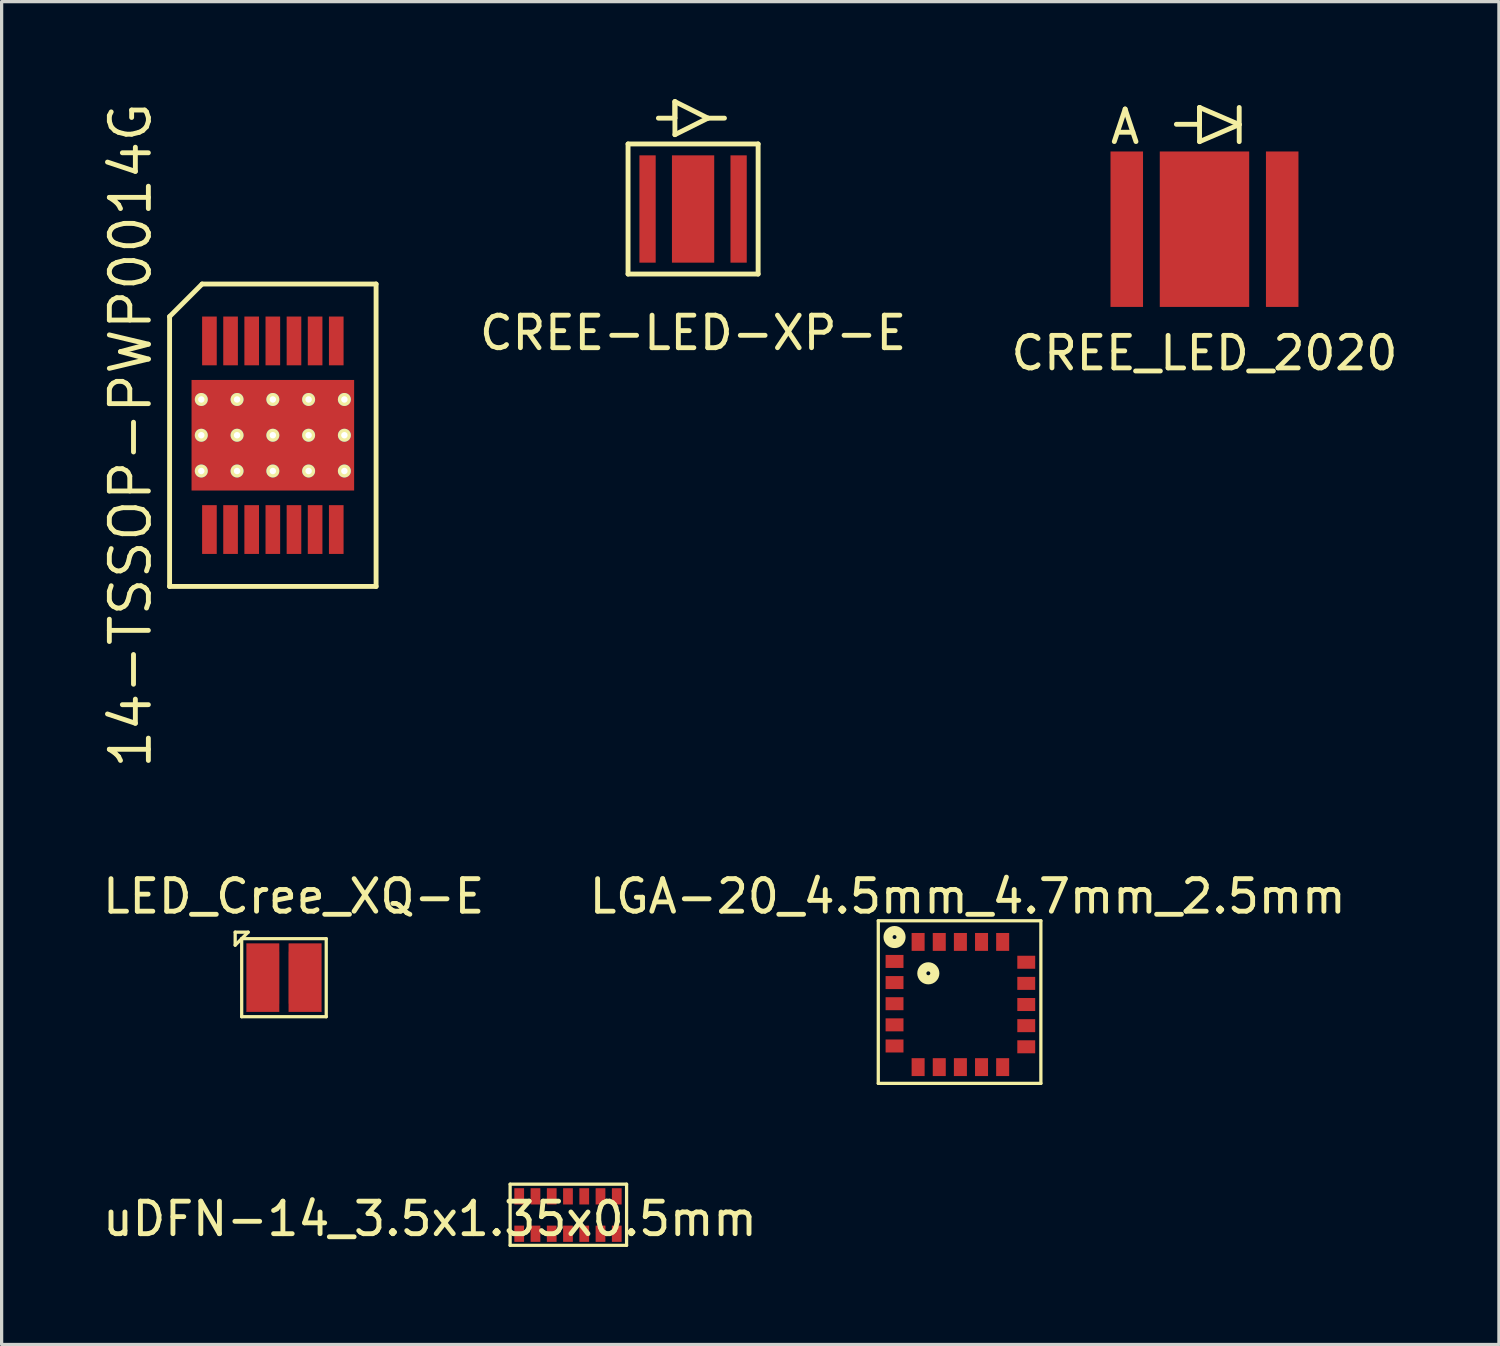
<source format=kicad_pcb>
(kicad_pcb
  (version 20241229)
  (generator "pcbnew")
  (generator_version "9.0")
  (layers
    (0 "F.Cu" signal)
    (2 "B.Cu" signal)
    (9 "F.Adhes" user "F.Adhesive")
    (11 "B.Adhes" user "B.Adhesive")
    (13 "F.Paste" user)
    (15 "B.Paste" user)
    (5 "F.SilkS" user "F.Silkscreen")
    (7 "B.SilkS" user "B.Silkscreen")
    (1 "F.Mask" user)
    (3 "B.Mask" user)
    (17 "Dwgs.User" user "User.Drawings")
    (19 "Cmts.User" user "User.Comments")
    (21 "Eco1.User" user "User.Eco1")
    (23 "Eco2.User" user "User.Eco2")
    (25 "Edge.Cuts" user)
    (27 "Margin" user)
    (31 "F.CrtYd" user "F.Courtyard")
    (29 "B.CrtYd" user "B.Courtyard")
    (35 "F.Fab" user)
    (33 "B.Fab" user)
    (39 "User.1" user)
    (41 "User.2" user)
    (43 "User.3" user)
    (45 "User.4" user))
  (footprint "14-TSSOP-PWP0014G"
    (layer "F.Cu")
    (at 5.34 10.334)
    (property "Reference" "14-TSSOP-PWP0014G" (at -4.375 0 90) (layer "F.SilkS") (effects (font (size 1.2 1.2) (thickness 0.15))))
    (attr through_hole)
    (fp_line (start -3.175 -3.65) (end -3.175 4.65) (stroke (width 0.15) (type solid)) (layer "F.SilkS"))
    (fp_line (start -3.175 4.65) (end 3.175 4.65) (stroke (width 0.15) (type solid)) (layer "F.SilkS"))
    (fp_line (start -2.175 -4.65) (end -3.175 -3.65) (stroke (width 0.15) (type solid)) (layer "F.SilkS"))
    (fp_line (start 3.175 -4.65) (end -2.175 -4.65) (stroke (width 0.15) (type solid)) (layer "F.SilkS"))
    (fp_line (start 3.175 4.65) (end 3.175 -4.65) (stroke (width 0.15) (type solid)) (layer "F.SilkS"))
    (pad "1" smd rect (at -1.95 2.9) (size 0.45 1.5) (layers "F.Cu" "F.Mask" "F.Paste"))
    (pad "2" smd rect (at -1.3 2.9) (size 0.45 1.5) (layers "F.Cu" "F.Mask" "F.Paste"))
    (pad "3" smd rect (at -0.65 2.9) (size 0.45 1.5) (layers "F.Cu" "F.Mask" "F.Paste"))
    (pad "4" smd rect (at 0 2.9) (size 0.45 1.5) (layers "F.Cu" "F.Mask" "F.Paste"))
    (pad "5" smd rect (at 0.65 2.9) (size 0.45 1.5) (layers "F.Cu" "F.Mask" "F.Paste"))
    (pad "6" smd rect (at 1.3 2.9) (size 0.45 1.5) (layers "F.Cu" "F.Mask" "F.Paste"))
    (pad "7" smd rect (at 1.95 2.9) (size 0.45 1.5) (layers "F.Cu" "F.Mask" "F.Paste"))
    (pad "8" smd rect (at 1.95 -2.9) (size 0.45 1.5) (layers "F.Cu" "F.Mask" "F.Paste"))
    (pad "9" smd rect (at 1.3 -2.9) (size 0.45 1.5) (layers "F.Cu" "F.Mask" "F.Paste"))
    (pad "10" smd rect (at 0.65 -2.9) (size 0.45 1.5) (layers "F.Cu" "F.Mask" "F.Paste"))
    (pad "11" smd rect (at 0 -2.9) (size 0.45 1.5) (layers "F.Cu" "F.Mask" "F.Paste"))
    (pad "12" smd rect (at -0.65 -2.9) (size 0.45 1.5) (layers "F.Cu" "F.Mask" "F.Paste"))
    (pad "13" smd rect (at -1.3 -2.9) (size 0.45 1.5) (layers "F.Cu" "F.Mask" "F.Paste"))
    (pad "14" smd rect (at -1.95 -2.9) (size 0.45 1.5) (layers "F.Cu" "F.Mask" "F.Paste"))
    (pad "15" thru_hole circle (at -2.2 -1.1) (size 0.4 0.4) (drill 0.2) (layers "*.Cu" "*.Mask" "F.SilkS"))
    (pad "15" thru_hole circle (at -2.2 0) (size 0.4 0.4) (drill 0.2) (layers "*.Cu" "*.Mask" "F.SilkS"))
    (pad "15" thru_hole circle (at -2.2 1.1) (size 0.4 0.4) (drill 0.2) (layers "*.Cu" "*.Mask" "F.SilkS"))
    (pad "15" thru_hole circle (at -1.1 -1.1) (size 0.4 0.4) (drill 0.2) (layers "*.Cu" "*.Mask" "F.SilkS"))
    (pad "15" thru_hole circle (at -1.1 0) (size 0.4 0.4) (drill 0.2) (layers "*.Cu" "*.Mask" "F.SilkS"))
    (pad "15" thru_hole circle (at -1.1 1.1) (size 0.4 0.4) (drill 0.2) (layers "*.Cu" "*.Mask" "F.SilkS"))
    (pad "15" thru_hole circle (at 0 -1.1) (size 0.4 0.4) (drill 0.2) (layers "*.Cu" "*.Mask" "F.SilkS"))
    (pad "15" thru_hole circle (at 0 0) (size 0.4 0.4) (drill 0.2) (layers "*.Cu" "*.Mask" "F.SilkS"))
    (pad "15" smd rect (at 0 0) (size 5 3.4) (layers "F.Cu" "F.Mask" "F.Paste"))
    (pad "15" thru_hole circle (at 0 1.1) (size 0.4 0.4) (drill 0.2) (layers "*.Cu" "*.Mask" "F.SilkS"))
    (pad "15" thru_hole circle (at 1.1 -1.1) (size 0.4 0.4) (drill 0.2) (layers "*.Cu" "*.Mask" "F.SilkS"))
    (pad "15" thru_hole circle (at 1.1 0) (size 0.4 0.4) (drill 0.2) (layers "*.Cu" "*.Mask" "F.SilkS"))
    (pad "15" thru_hole circle (at 1.1 1.1) (size 0.4 0.4) (drill 0.2) (layers "*.Cu" "*.Mask" "F.SilkS"))
    (pad "15" thru_hole circle (at 2.2 -1.1) (size 0.4 0.4) (drill 0.2) (layers "*.Cu" "*.Mask" "F.SilkS"))
    (pad "15" thru_hole circle (at 2.2 0) (size 0.4 0.4) (drill 0.2) (layers "*.Cu" "*.Mask" "F.SilkS"))
    (pad "15" thru_hole circle (at 2.2 1.1) (size 0.4 0.4) (drill 0.2) (layers "*.Cu" "*.Mask" "F.SilkS")))
  (footprint "CREE_LED_2020"
    (layer "F.Cu")
    (at 33.989 3.998)
    (property "Reference" "CREE_LED_2020" (at 0 3.81 0) (layer "F.SilkS") (effects (font (size 1 1) (thickness 0.15))))
    (attr through_hole)
    (fp_line (start -0.178 -3.226) (end -0.864 -3.226) (stroke (width 0.15) (type solid)) (layer "F.SilkS"))
    (fp_line (start -0.152 -3.743) (end -0.152 -3.218) (stroke (width 0.15) (type solid)) (layer "F.SilkS"))
    (fp_line (start -0.152 -3.743) (end 1.068 -3.218) (stroke (width 0.15) (type solid)) (layer "F.SilkS"))
    (fp_line (start -0.152 -2.693) (end -0.152 -3.743) (stroke (width 0.15) (type solid)) (layer "F.SilkS"))
    (fp_line (start 1.068 -3.743) (end 1.068 -2.693) (stroke (width 0.15) (type solid)) (layer "F.SilkS"))
    (fp_line (start 1.068 -3.218) (end -0.152 -2.693) (stroke (width 0.15) (type solid)) (layer "F.SilkS"))
    (fp_text user "A" (at -2.44 -3.15 0) (layer "F.SilkS") (effects (font (size 1 1) (thickness 0.15))))
    (pad "" smd rect (at -0.61 -1.575) (size 0.97 0.8) (layers "F.Mask" "F.Paste"))
    (pad "" smd rect (at -0.61 -0.525) (size 0.97 0.8) (layers "F.Mask" "F.Paste"))
    (pad "" smd rect (at -0.61 0.525) (size 0.97 0.8) (layers "F.Mask" "F.Paste"))
    (pad "" smd rect (at -0.61 1.575) (size 0.97 0.8) (layers "F.Mask" "F.Paste"))
    (pad "" smd rect (at 0.61 -1.575) (size 0.97 0.8) (layers "F.Mask" "F.Paste"))
    (pad "" smd rect (at 0.61 -0.525) (size 0.97 0.8) (layers "F.Mask" "F.Paste"))
    (pad "" smd rect (at 0.61 0.525) (size 0.97 0.8) (layers "F.Mask" "F.Paste"))
    (pad "" smd rect (at 0.61 1.575) (size 0.97 0.8) (layers "F.Mask" "F.Paste"))
    (pad "0" smd rect (at 0 0) (size 2.75 4.78) (layers "F.Cu" "F.Mask"))
    (pad "1" smd rect (at 2.39 0) (size 1 4.78) (layers "F.Cu" "F.Mask" "F.Paste"))
    (pad "2" smd rect (at -2.39 0) (size 1 4.78) (layers "F.Cu" "F.Mask" "F.Paste")))
  (footprint "uDFN-14_3.5x1.35x0.5mm"
    (layer "F.Cu")
    (at 12.916 34.889)
    (property "Reference" "uDFN-14_3.5x1.35x0.5mm" (at -2.743 -0.457 0) (layer "F.SilkS") (effects (font (size 1 1) (thickness 0.15))))
    (attr through_hole)
    (fp_line (start -0.279 -1.524) (end -0.279 0.356) (stroke (width 0.1) (type solid)) (layer "F.SilkS"))
    (fp_line (start -0.279 0.356) (end 3.302 0.356) (stroke (width 0.1) (type solid)) (layer "F.SilkS"))
    (fp_line (start 3.302 -1.524) (end -0.279 -1.524) (stroke (width 0.1) (type solid)) (layer "F.SilkS"))
    (fp_line (start 3.302 0.356) (end 3.302 -1.524) (stroke (width 0.1) (type solid)) (layer "F.SilkS"))
    (pad "8" smd rect (at 0 -1.15) (size 0.3 0.5) (layers "F.Cu" "F.Mask" "F.Paste"))
    (pad "8" smd rect (at 0 0) (size 0.3 0.5) (layers "F.Cu" "F.Mask" "F.Paste"))
    (pad "9" smd rect (at 0.5 -1.15) (size 0.3 0.5) (layers "F.Cu" "F.Mask" "F.Paste"))
    (pad "9" smd rect (at 0.5 0) (size 0.3 0.5) (layers "F.Cu" "F.Mask" "F.Paste"))
    (pad "10" smd rect (at 1 -1.15) (size 0.3 0.5) (layers "F.Cu" "F.Mask" "F.Paste"))
    (pad "10" smd rect (at 1 0) (size 0.3 0.5) (layers "F.Cu" "F.Mask" "F.Paste"))
    (pad "11" smd rect (at 1.5 -1.15) (size 0.3 0.5) (layers "F.Cu" "F.Mask" "F.Paste"))
    (pad "11" smd rect (at 1.5 0) (size 0.3 0.5) (layers "F.Cu" "F.Mask" "F.Paste"))
    (pad "12" smd rect (at 2 -1.15) (size 0.3 0.5) (layers "F.Cu" "F.Mask" "F.Paste"))
    (pad "12" smd rect (at 2 0) (size 0.3 0.5) (layers "F.Cu" "F.Mask" "F.Paste"))
    (pad "13" smd rect (at 2.5 -1.15) (size 0.3 0.5) (layers "F.Cu" "F.Mask" "F.Paste"))
    (pad "13" smd rect (at 2.5 0) (size 0.3 0.5) (layers "F.Cu" "F.Mask" "F.Paste"))
    (pad "14" smd rect (at 3 -1.15) (size 0.3 0.5) (layers "F.Cu" "F.Mask" "F.Paste"))
    (pad "14" smd rect (at 3 0) (size 0.3 0.5) (layers "F.Cu" "F.Mask" "F.Paste")))
  (footprint "CREE-LED-XP-E"
    (layer "F.Cu")
    (at 18.263 3.377)
    (property "Reference" "CREE-LED-XP-E" (at 0 3.81 0) (layer "F.SilkS") (effects (font (size 1 1) (thickness 0.15))))
    (attr through_hole)
    (fp_line (start -2 -2) (end -2 2) (stroke (width 0.15) (type solid)) (layer "F.SilkS"))
    (fp_line (start -2 -2) (end 2 -2) (stroke (width 0.15) (type solid)) (layer "F.SilkS"))
    (fp_line (start -2 2) (end 2 2) (stroke (width 0.15) (type solid)) (layer "F.SilkS"))
    (fp_line (start -0.559 -3.302) (end -0.559 -2.794) (stroke (width 0.15) (type solid)) (layer "F.SilkS"))
    (fp_line (start -0.559 -3.302) (end -0.559 -2.286) (stroke (width 0.15) (type solid)) (layer "F.SilkS"))
    (fp_line (start -0.559 -2.794) (end -1.067 -2.794) (stroke (width 0.15) (type solid)) (layer "F.SilkS"))
    (fp_line (start -0.559 -2.286) (end 0.457 -2.794) (stroke (width 0.15) (type solid)) (layer "F.SilkS"))
    (fp_line (start 0.457 -2.794) (end -0.559 -3.302) (stroke (width 0.15) (type solid)) (layer "F.SilkS"))
    (fp_line (start 0.457 -2.794) (end 0.965 -2.794) (stroke (width 0.15) (type solid)) (layer "F.SilkS"))
    (fp_line (start 2 -2) (end 2 2) (stroke (width 0.15) (type solid)) (layer "F.SilkS"))
    (pad "0" smd rect (at 0 0) (size 1.3 3.3) (layers "F.Cu" "F.Mask" "F.Paste"))
    (pad "1" smd rect (at 1.4 0) (size 0.5 3.3) (layers "F.Cu" "F.Mask" "F.Paste"))
    (pad "2" smd rect (at -1.4 0) (size 0.5 3.3) (layers "F.Cu" "F.Mask" "F.Paste")))
  (footprint "LED_Cree_XQ-E"
    (layer "F.Cu")
    (at 5.682 27.015)
    (property "Reference" "LED_Cree_XQ-E" (at 0.3 -2.5 0) (layer "F.SilkS") (effects (font (size 1 1) (thickness 0.15))))
    (attr through_hole)
    (fp_poly (pts (xy -0.15 -1.05) (xy -0.15 1.05) (xy -1.15 1.05) (xy -1.15 -1.05)) (stroke (width 0.01) (type solid)) (fill yes) (layer "F.Cu"))
    (fp_poly (pts (xy 0.15 1.05) (xy 0.15 -1.05) (xy 1.15 -1.05) (xy 1.15 1.05)) (stroke (width 0.01) (type solid)) (fill yes) (layer "F.Cu"))
    (fp_line (start -1.5 -1.4) (end -1.1 -1.4) (stroke (width 0.1) (type solid)) (layer "F.SilkS"))
    (fp_line (start -1.5 -1) (end -1.5 -1.4) (stroke (width 0.1) (type solid)) (layer "F.SilkS"))
    (fp_line (start -1.3 -1.2) (end -1.3 1.2) (stroke (width 0.1) (type solid)) (layer "F.SilkS"))
    (fp_line (start -1.3 1.2) (end 1.3 1.2) (stroke (width 0.1) (type solid)) (layer "F.SilkS"))
    (fp_line (start -1.1 -1.4) (end -1.5 -1) (stroke (width 0.1) (type solid)) (layer "F.SilkS"))
    (fp_line (start 1.3 -1.2) (end -1.3 -1.2) (stroke (width 0.1) (type solid)) (layer "F.SilkS"))
    (fp_line (start 1.3 1.2) (end 1.3 -1.2) (stroke (width 0.1) (type solid)) (layer "F.SilkS"))
    (pad "1" smd rect (at -0.475 0) (size 0.65 1.6) (layers "F.Cu" "F.Mask" "F.Paste"))
    (pad "2" smd rect (at 0.475 0 180) (size 0.65 1.6) (layers "F.Cu" "F.Mask" "F.Paste")))
  (footprint "LGA-20_4.5mm_4.7mm_2.5mm"
    (layer "F.Cu")
    (at 24.458 25.89)
    (property "Reference" "LGA-20_4.5mm_4.7mm_2.5mm" (at 2.25 -1.375 0) (layer "F.SilkS") (effects (font (size 1 1) (thickness 0.15))))
    (attr through_hole)
    (fp_line (start -0.5 -0.625) (end -0.5 4.375) (stroke (width 0.1) (type solid)) (layer "F.SilkS"))
    (fp_line (start -0.5 4.375) (end 4.5 4.375) (stroke (width 0.1) (type solid)) (layer "F.SilkS"))
    (fp_line (start 4.5 -0.625) (end -0.5 -0.625) (stroke (width 0.1) (type solid)) (layer "F.SilkS"))
    (fp_line (start 4.5 4.375) (end 4.5 -0.625) (stroke (width 0.1) (type solid)) (layer "F.SilkS"))
    (fp_circle (center 0 -0.125) (end 0.2 -0.125) (stroke (width 0.28) (type solid)) (fill no) (layer "F.SilkS"))
    (fp_circle (center 1.039 0.99) (end 1.239 0.99) (stroke (width 0.28) (type solid)) (fill no) (layer "F.SilkS"))
    (pad "1" smd rect (at 0 0.625) (size 0.55 0.4) (layers "F.Cu" "F.Mask" "F.Paste"))
    (pad "2" smd rect (at 0 1.275) (size 0.55 0.4) (layers "F.Cu" "F.Mask" "F.Paste"))
    (pad "3" smd rect (at 0 1.925) (size 0.55 0.4) (layers "F.Cu" "F.Mask" "F.Paste"))
    (pad "4" smd rect (at 0 2.575) (size 0.55 0.4) (layers "F.Cu" "F.Mask" "F.Paste"))
    (pad "5" smd rect (at 0 3.225) (size 0.55 0.4) (layers "F.Cu" "F.Mask" "F.Paste"))
    (pad "6" smd rect (at 0.725 3.875) (size 0.4 0.55) (layers "F.Cu" "F.Mask" "F.Paste"))
    (pad "7" smd rect (at 1.375 3.875 90) (size 0.55 0.4) (layers "F.Cu" "F.Mask" "F.Paste"))
    (pad "8" smd rect (at 2.025 3.875 90) (size 0.55 0.4) (layers "F.Cu" "F.Mask" "F.Paste"))
    (pad "9" smd rect (at 2.675 3.875 90) (size 0.55 0.4) (layers "F.Cu" "F.Mask" "F.Paste"))
    (pad "10" smd rect (at 3.325 3.875 90) (size 0.55 0.4) (layers "F.Cu" "F.Mask" "F.Paste"))
    (pad "11" smd rect (at 4.05 3.25) (size 0.55 0.4) (layers "F.Cu" "F.Mask" "F.Paste"))
    (pad "12" smd rect (at 4.05 2.6) (size 0.55 0.4) (layers "F.Cu" "F.Mask" "F.Paste"))
    (pad "13" smd rect (at 4.05 1.95) (size 0.55 0.4) (layers "F.Cu" "F.Mask" "F.Paste"))
    (pad "14" smd rect (at 4.05 1.3) (size 0.55 0.4) (layers "F.Cu" "F.Mask" "F.Paste"))
    (pad "15" smd rect (at 4.05 0.65) (size 0.55 0.4) (layers "F.Cu" "F.Mask" "F.Paste"))
    (pad "16" smd rect (at 3.325 0.025 270) (size 0.55 0.4) (layers "F.Cu" "F.Mask" "F.Paste"))
    (pad "17" smd rect (at 2.675 0.025 90) (size 0.55 0.4) (layers "F.Cu" "F.Mask" "F.Paste"))
    (pad "18" smd rect (at 2.025 0.025 90) (size 0.55 0.4) (layers "F.Cu" "F.Mask" "F.Paste"))
    (pad "19" smd rect (at 1.375 0.025 90) (size 0.55 0.4) (layers "F.Cu" "F.Mask" "F.Paste"))
    (pad "20" smd rect (at 0.725 0.025 90) (size 0.55 0.4) (layers "F.Cu" "F.Mask" "F.Paste")))
  (gr_rect
    (start -3 -3)
    (end 43.043 38.295)
    (stroke (width 0.1) (type default))
    (fill no)
    (layer "Edge.Cuts")))
</source>
